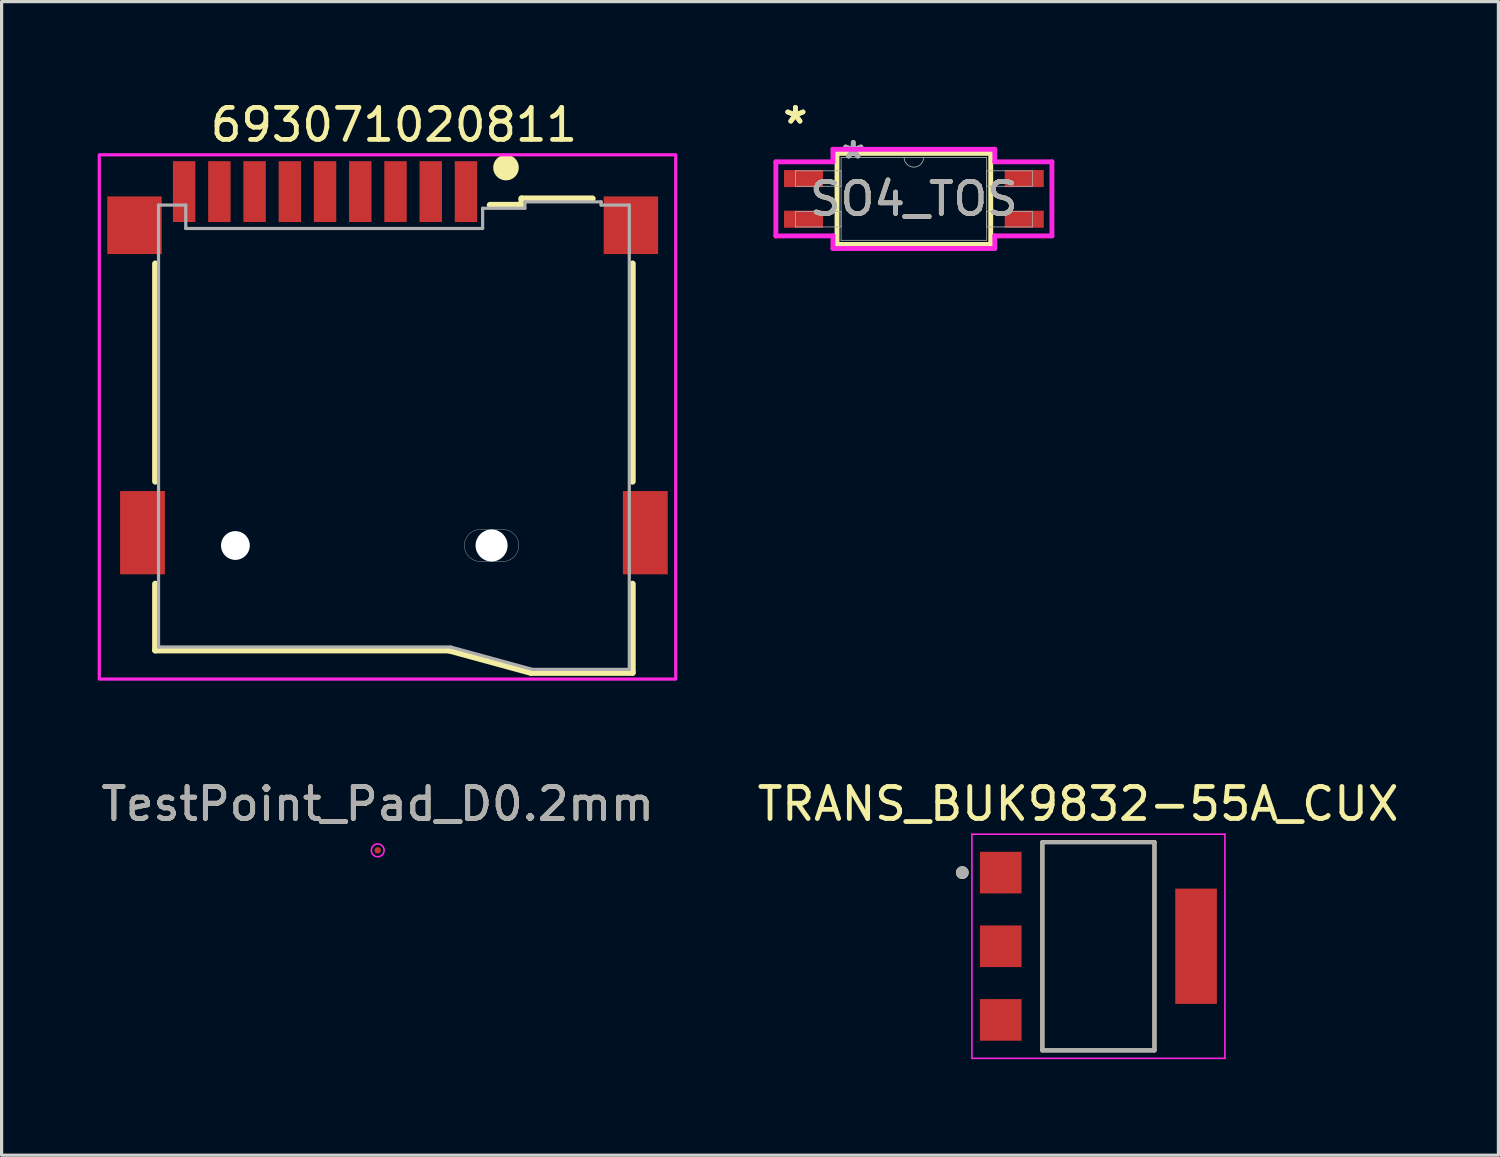
<source format=kicad_pcb>
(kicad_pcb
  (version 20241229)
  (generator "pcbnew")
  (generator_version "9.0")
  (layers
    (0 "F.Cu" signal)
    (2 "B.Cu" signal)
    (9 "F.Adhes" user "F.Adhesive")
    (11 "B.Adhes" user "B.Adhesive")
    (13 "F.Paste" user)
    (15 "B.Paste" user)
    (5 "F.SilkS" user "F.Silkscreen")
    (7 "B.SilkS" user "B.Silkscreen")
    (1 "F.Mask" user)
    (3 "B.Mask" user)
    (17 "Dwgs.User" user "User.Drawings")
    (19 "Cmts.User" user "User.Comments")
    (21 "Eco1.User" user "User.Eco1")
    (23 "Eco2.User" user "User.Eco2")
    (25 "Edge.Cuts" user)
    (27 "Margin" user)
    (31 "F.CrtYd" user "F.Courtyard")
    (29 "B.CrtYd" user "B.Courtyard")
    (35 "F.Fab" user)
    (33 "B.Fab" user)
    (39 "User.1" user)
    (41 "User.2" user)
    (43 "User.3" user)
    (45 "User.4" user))
  (footprint "SO4_TOS"
    (layer "F.Cu")
    (at 25.486 3.16)
    (property "Reference" "SO4_TOS" (at 0 0 0) (unlocked yes) (layer "F.SilkS") (effects (font (size 1 1) (thickness 0.15))))
    (attr smd)
    (fp_line (start -2.4 -1.422) (end -2.4 1.422) (stroke (width 0.152) (type solid)) (layer "F.SilkS"))
    (fp_line (start -2.4 1.422) (end 2.4 1.422) (stroke (width 0.152) (type solid)) (layer "F.SilkS"))
    (fp_line (start 2.4 -1.422) (end -2.4 -1.422) (stroke (width 0.152) (type solid)) (layer "F.SilkS"))
    (fp_line (start 2.4 1.422) (end 2.4 -1.422) (stroke (width 0.152) (type solid)) (layer "F.SilkS"))
    (fp_line (start -4.31 -1.156) (end -2.527 -1.156) (stroke (width 0.152) (type solid)) (layer "F.CrtYd"))
    (fp_line (start -4.31 1.156) (end -4.31 -1.156) (stroke (width 0.152) (type solid)) (layer "F.CrtYd"))
    (fp_line (start -4.31 1.156) (end -2.527 1.156) (stroke (width 0.152) (type solid)) (layer "F.CrtYd"))
    (fp_line (start -2.527 -1.549) (end 2.527 -1.549) (stroke (width 0.152) (type solid)) (layer "F.CrtYd"))
    (fp_line (start -2.527 -1.156) (end -2.527 -1.549) (stroke (width 0.152) (type solid)) (layer "F.CrtYd"))
    (fp_line (start -2.527 1.549) (end -2.527 1.156) (stroke (width 0.152) (type solid)) (layer "F.CrtYd"))
    (fp_line (start 2.527 -1.549) (end 2.527 -1.156) (stroke (width 0.152) (type solid)) (layer "F.CrtYd"))
    (fp_line (start 2.527 1.156) (end 2.527 1.549) (stroke (width 0.152) (type solid)) (layer "F.CrtYd"))
    (fp_line (start 2.527 1.549) (end -2.527 1.549) (stroke (width 0.152) (type solid)) (layer "F.CrtYd"))
    (fp_line (start 4.31 -1.156) (end 2.527 -1.156) (stroke (width 0.152) (type solid)) (layer "F.CrtYd"))
    (fp_line (start 4.31 -1.156) (end 4.31 1.156) (stroke (width 0.152) (type solid)) (layer "F.CrtYd"))
    (fp_line (start 4.31 1.156) (end 2.527 1.156) (stroke (width 0.152) (type solid)) (layer "F.CrtYd"))
    (fp_line (start -3.7 -0.876) (end -3.7 -0.394) (stroke (width 0.025) (type solid)) (layer "F.Fab"))
    (fp_line (start -3.7 -0.394) (end -2.273 -0.394) (stroke (width 0.025) (type solid)) (layer "F.Fab"))
    (fp_line (start -3.7 0.394) (end -3.7 0.876) (stroke (width 0.025) (type solid)) (layer "F.Fab"))
    (fp_line (start -3.7 0.876) (end -2.273 0.876) (stroke (width 0.025) (type solid)) (layer "F.Fab"))
    (fp_line (start -2.273 -1.295) (end -2.273 1.295) (stroke (width 0.025) (type solid)) (layer "F.Fab"))
    (fp_line (start -2.273 -0.876) (end -3.7 -0.876) (stroke (width 0.025) (type solid)) (layer "F.Fab"))
    (fp_line (start -2.273 -0.394) (end -2.273 -0.876) (stroke (width 0.025) (type solid)) (layer "F.Fab"))
    (fp_line (start -2.273 0.394) (end -3.7 0.394) (stroke (width 0.025) (type solid)) (layer "F.Fab"))
    (fp_line (start -2.273 0.876) (end -2.273 0.394) (stroke (width 0.025) (type solid)) (layer "F.Fab"))
    (fp_line (start -2.273 1.295) (end 2.273 1.295) (stroke (width 0.025) (type solid)) (layer "F.Fab"))
    (fp_line (start 2.273 -1.295) (end -2.273 -1.295) (stroke (width 0.025) (type solid)) (layer "F.Fab"))
    (fp_line (start 2.273 -0.876) (end 2.273 -0.394) (stroke (width 0.025) (type solid)) (layer "F.Fab"))
    (fp_line (start 2.273 -0.394) (end 3.7 -0.394) (stroke (width 0.025) (type solid)) (layer "F.Fab"))
    (fp_line (start 2.273 0.394) (end 2.273 0.876) (stroke (width 0.025) (type solid)) (layer "F.Fab"))
    (fp_line (start 2.273 0.876) (end 3.7 0.876) (stroke (width 0.025) (type solid)) (layer "F.Fab"))
    (fp_line (start 2.273 1.295) (end 2.273 -1.295) (stroke (width 0.025) (type solid)) (layer "F.Fab"))
    (fp_line (start 3.7 -0.876) (end 2.273 -0.876) (stroke (width 0.025) (type solid)) (layer "F.Fab"))
    (fp_line (start 3.7 -0.394) (end 3.7 -0.876) (stroke (width 0.025) (type solid)) (layer "F.Fab"))
    (fp_line (start 3.7 0.394) (end 2.273 0.394) (stroke (width 0.025) (type solid)) (layer "F.Fab"))
    (fp_line (start 3.7 0.876) (end 3.7 0.394) (stroke (width 0.025) (type solid)) (layer "F.Fab"))
    (fp_arc (start 0.3048 -1.2954) (mid 0 -0.9906) (end -0.3048 -1.2954) (stroke (width 0.0254) (type solid)) (layer "F.Fab"))
    (fp_text user "*" (at -3.7 -2.311 0) (layer "F.SilkS") (effects (font (size 1 1) (thickness 0.15))))
    (fp_text user "*" (at -3.7 -2.311 0) (unlocked yes) (layer "F.SilkS") (effects (font (size 1 1) (thickness 0.15))))
    (fp_text user "*" (at -1.892 -1.219 0) (layer "F.Fab") (effects (font (size 1 1) (thickness 0.15))))
    (fp_text user "*" (at -1.892 -1.219 0) (unlocked yes) (layer "F.Fab") (effects (font (size 1 1) (thickness 0.15))))
    (fp_text user "${REFERENCE}" (at 0 0 0) (unlocked yes) (layer "F.Fab") (effects (font (size 1 1) (thickness 0.15))))
    (pad "1" smd rect (at -3.446 -0.635) (size 1.219 0.533) (layers "F.Cu" "F.Mask" "F.Paste"))
    (pad "2" smd rect (at -3.446 0.635) (size 1.219 0.533) (layers "F.Cu" "F.Mask" "F.Paste"))
    (pad "3" smd rect (at 3.446 0.635) (size 1.219 0.533) (layers "F.Cu" "F.Mask" "F.Paste"))
    (pad "4" smd rect (at 3.446 -0.635) (size 1.219 0.533) (layers "F.Cu" "F.Mask" "F.Paste")))
  (footprint "693071020811"
    (layer "F.Cu")
    (at 9.25 13.983)
    (property "Reference" "693071020811" (at 0 -13.135 0) (layer "F.SilkS") (effects (font (size 1 1) (thickness 0.15))))
    (attr smd)
    (fp_line (start -7.45 -8.8) (end -7.45 -2) (stroke (width 0.2) (type solid)) (layer "F.SilkS"))
    (fp_line (start -7.45 1.2) (end -7.45 3.27) (stroke (width 0.2) (type solid)) (layer "F.SilkS"))
    (fp_line (start -7.45 3.27) (end 1.71 3.27) (stroke (width 0.2) (type solid)) (layer "F.SilkS"))
    (fp_line (start 1.71 3.27) (end 4.28 3.97) (stroke (width 0.2) (type solid)) (layer "F.SilkS"))
    (fp_line (start 3 -10.63) (end 3.99 -10.63) (stroke (width 0.2) (type solid)) (layer "F.SilkS"))
    (fp_line (start 3.99 -10.83) (end 6.2 -10.83) (stroke (width 0.2) (type solid)) (layer "F.SilkS"))
    (fp_line (start 3.99 -10.63) (end 3.99 -10.83) (stroke (width 0.2) (type solid)) (layer "F.SilkS"))
    (fp_line (start 4.28 3.97) (end 7.45 3.97) (stroke (width 0.2) (type solid)) (layer "F.SilkS"))
    (fp_line (start 7.45 -8.8) (end 7.45 -2) (stroke (width 0.2) (type solid)) (layer "F.SilkS"))
    (fp_line (start 7.45 3.97) (end 7.45 1.2) (stroke (width 0.2) (type solid)) (layer "F.SilkS"))
    (fp_circle (center 3.5 -11.8) (end 3.7 -11.8) (stroke (width 0.4) (type solid)) (fill no) (layer "F.SilkS"))
    (fp_line (start 2.7 0.5) (end 3.4 0.5) (stroke (width 0.01) (type solid)) (layer "Edge.Cuts"))
    (fp_line (start 3.4 -0.5) (end 2.7 -0.5) (stroke (width 0.01) (type solid)) (layer "Edge.Cuts"))
    (fp_arc (start 2.7 0.5) (mid 2.2 0) (end 2.7 -0.5) (stroke (width 0.01) (type solid)) (layer "Edge.Cuts"))
    (fp_arc (start 3.4 -0.5) (mid 3.9 0) (end 3.4 0.5) (stroke (width 0.01) (type solid)) (layer "Edge.Cuts"))
    (fp_poly (pts (xy -9.2 -12.2) (xy 8.8 -12.2) (xy 8.8 4.17) (xy -9.2 4.17)) (stroke (width 0.1) (type solid)) (fill no) (layer "F.CrtYd"))
    (fp_line (start -7.35 -10.63) (end -6.5 -10.63) (stroke (width 0.1) (type solid)) (layer "F.Fab"))
    (fp_line (start -7.35 3.17) (end -7.35 -10.63) (stroke (width 0.1) (type solid)) (layer "F.Fab"))
    (fp_line (start -7.35 3.17) (end 1.77 3.17) (stroke (width 0.1) (type solid)) (layer "F.Fab"))
    (fp_line (start -6.5 -9.9) (end -6.5 -10.63) (stroke (width 0.1) (type solid)) (layer "F.Fab"))
    (fp_line (start 1.77 3.17) (end 4.33 3.87) (stroke (width 0.1) (type solid)) (layer "F.Fab"))
    (fp_line (start 2.77 -10.53) (end 2.77 -9.9) (stroke (width 0.1) (type solid)) (layer "F.Fab"))
    (fp_line (start 2.77 -9.9) (end -6.5 -9.9) (stroke (width 0.1) (type solid)) (layer "F.Fab"))
    (fp_line (start 4.09 -10.73) (end 4.09 -10.53) (stroke (width 0.1) (type solid)) (layer "F.Fab"))
    (fp_line (start 4.09 -10.73) (end 6.47 -10.73) (stroke (width 0.1) (type solid)) (layer "F.Fab"))
    (fp_line (start 4.09 -10.53) (end 2.77 -10.53) (stroke (width 0.1) (type solid)) (layer "F.Fab"))
    (fp_line (start 4.33 3.87) (end 7.35 3.87) (stroke (width 0.1) (type solid)) (layer "F.Fab"))
    (fp_line (start 6.47 -10.73) (end 6.47 -10.63) (stroke (width 0.1) (type solid)) (layer "F.Fab"))
    (fp_line (start 6.47 -10.63) (end 7.35 -10.63) (stroke (width 0.1) (type solid)) (layer "F.Fab"))
    (fp_line (start 7.35 -10.63) (end 7.35 3.87) (stroke (width 0.1) (type solid)) (layer "F.Fab"))
    (fp_text user "Cutout Area" (at 2.3 0.1 0) (layer "Edge.Cuts") (effects (font (size 0.157 0.157) (thickness 0.15))))
    (pad "" np_thru_hole circle (at -4.95 0) (size 0.9 0.9) (drill 0.9) (layers "*.Cu" "*.Mask"))
    (pad "" np_thru_hole circle (at 3.05 0) (size 1 1) (drill 1) (layers "*.Cu" "*.Mask"))
    (pad "1" smd rect (at 2.25 -11.05) (size 0.7 1.9) (layers "F.Cu" "F.Mask" "F.Paste"))
    (pad "2" smd rect (at 1.15 -11.05) (size 0.7 1.9) (layers "F.Cu" "F.Mask" "F.Paste"))
    (pad "3" smd rect (at 0.05 -11.05) (size 0.7 1.9) (layers "F.Cu" "F.Mask" "F.Paste"))
    (pad "4" smd rect (at -1.05 -11.05) (size 0.7 1.9) (layers "F.Cu" "F.Mask" "F.Paste"))
    (pad "5" smd rect (at -2.15 -11.05) (size 0.7 1.9) (layers "F.Cu" "F.Mask" "F.Paste"))
    (pad "6" smd rect (at -3.25 -11.05) (size 0.7 1.9) (layers "F.Cu" "F.Mask" "F.Paste"))
    (pad "7" smd rect (at -4.35 -11.05) (size 0.7 1.9) (layers "F.Cu" "F.Mask" "F.Paste"))
    (pad "8" smd rect (at -5.45 -11.05) (size 0.7 1.9) (layers "F.Cu" "F.Mask" "F.Paste"))
    (pad "9" smd rect (at -6.55 -11.05) (size 0.7 1.9) (layers "F.Cu" "F.Mask" "F.Paste"))
    (pad "10" smd rect (at -8.1 -10) (size 1.7 1.8) (layers "F.Cu" "F.Mask" "F.Paste"))
    (pad "11" smd rect (at 7.4 -10) (size 1.7 1.8) (layers "F.Cu" "F.Mask" "F.Paste"))
    (pad "12" smd rect (at -7.85 -0.4) (size 1.4 2.6) (layers "F.Cu" "F.Mask" "F.Paste"))
    (pad "13" smd rect (at 7.85 -0.4) (size 1.4 2.6) (layers "F.Cu" "F.Mask" "F.Paste")))
  (footprint "TestPoint_Pad_D0.2mm"
    (layer "F.Cu")
    (at 8.744 23.502)
    (property "Reference" "TestPoint_Pad_D0.2mm" (at 0 -1.448 0) (layer "F.SilkS") (effects (font (size 1 1) (thickness 0.15))))
    (attr exclude_from_pos_files exclude_from_bom)
    (fp_circle (center 0 0) (end 0.2 0) (stroke (width 0.05) (type solid)) (fill no) (layer "F.CrtYd"))
    (fp_text user "${REFERENCE}" (at 0 -1.45 0) (layer "F.Fab") (effects (font (size 1 1) (thickness 0.15))))
    (pad "1" smd circle (at 0 0) (size 0.2 0.2) (layers "F.Cu" "F.Mask")))
  (footprint "TRANS_BUK9832-55A_CUX"
    (layer "F.Cu")
    (at 31.248 26.497)
    (property "Reference" "TRANS_BUK9832-55A_CUX" (at -0.635 -4.445 0) (layer "F.SilkS") (effects (font (size 1 1) (thickness 0.15))))
    (attr smd)
    (fp_poly (pts (xy -3.7 -2.95) (xy -2.4 -2.95) (xy -2.4 -1.65) (xy -3.7 -1.65)) (stroke (width 0.01) (type solid)) (fill yes) (layer "F.Mask"))
    (fp_poly (pts (xy -3.7 -0.65) (xy -2.4 -0.65) (xy -2.4 0.65) (xy -3.7 0.65)) (stroke (width 0.01) (type solid)) (fill yes) (layer "F.Mask"))
    (fp_poly (pts (xy -3.7 1.65) (xy -2.4 1.65) (xy -2.4 2.95) (xy -3.7 2.95)) (stroke (width 0.01) (type solid)) (fill yes) (layer "F.Mask"))
    (fp_poly (pts (xy 2.4 -1.8) (xy 3.7 -1.8) (xy 3.7 1.8) (xy 2.4 1.8)) (stroke (width 0.01) (type solid)) (fill yes) (layer "F.Mask"))
    (fp_line (start -1.75 -3.25) (end 1.75 -3.25) (stroke (width 0.127) (type solid)) (layer "F.SilkS"))
    (fp_line (start -1.75 3.25) (end -1.75 -3.25) (stroke (width 0.127) (type solid)) (layer "F.SilkS"))
    (fp_line (start 1.75 -3.25) (end 1.75 3.25) (stroke (width 0.127) (type solid)) (layer "F.SilkS"))
    (fp_line (start 1.75 3.25) (end -1.75 3.25) (stroke (width 0.127) (type solid)) (layer "F.SilkS"))
    (fp_circle (center -4.25 -2.3) (end -4.15 -2.3) (stroke (width 0.2) (type solid)) (fill no) (layer "F.SilkS"))
    (fp_poly (pts (xy -3.65 -2.9) (xy -2.45 -2.9) (xy -2.45 -1.7) (xy -3.65 -1.7)) (stroke (width 0.01) (type solid)) (fill yes) (layer "F.Paste"))
    (fp_poly (pts (xy -3.65 -0.6) (xy -2.45 -0.6) (xy -2.45 0.6) (xy -3.65 0.6)) (stroke (width 0.01) (type solid)) (fill yes) (layer "F.Paste"))
    (fp_poly (pts (xy -3.65 1.7) (xy -2.45 1.7) (xy -2.45 2.9) (xy -3.65 2.9)) (stroke (width 0.01) (type solid)) (fill yes) (layer "F.Paste"))
    (fp_poly (pts (xy 2.45 -1.75) (xy 3.65 -1.75) (xy 3.65 -0.15) (xy 2.45 -0.15)) (stroke (width 0.01) (type solid)) (fill yes) (layer "F.Paste"))
    (fp_poly (pts (xy 2.45 0.15) (xy 3.65 0.15) (xy 3.65 1.75) (xy 2.45 1.75)) (stroke (width 0.01) (type solid)) (fill yes) (layer "F.Paste"))
    (fp_line (start -3.95 -3.5) (end 3.95 -3.5) (stroke (width 0.05) (type solid)) (layer "F.CrtYd"))
    (fp_line (start -3.95 3.5) (end -3.95 -3.5) (stroke (width 0.05) (type solid)) (layer "F.CrtYd"))
    (fp_line (start 3.95 -3.5) (end 3.95 3.5) (stroke (width 0.05) (type solid)) (layer "F.CrtYd"))
    (fp_line (start 3.95 3.5) (end -3.95 3.5) (stroke (width 0.05) (type solid)) (layer "F.CrtYd"))
    (fp_line (start -1.75 -3.25) (end 1.75 -3.25) (stroke (width 0.127) (type solid)) (layer "F.Fab"))
    (fp_line (start -1.75 3.25) (end -1.75 -3.25) (stroke (width 0.127) (type solid)) (layer "F.Fab"))
    (fp_line (start 1.75 -3.25) (end 1.75 3.25) (stroke (width 0.127) (type solid)) (layer "F.Fab"))
    (fp_line (start 1.75 3.25) (end -1.75 3.25) (stroke (width 0.127) (type solid)) (layer "F.Fab"))
    (fp_circle (center -4.25 -2.3) (end -4.15 -2.3) (stroke (width 0.2) (type solid)) (fill no) (layer "F.Fab"))
    (pad "1" smd rect (at -3.05 -2.3) (size 1.3 1.3) (layers "F.Cu"))
    (pad "2" smd rect (at -3.05 0) (size 1.3 1.3) (layers "F.Cu"))
    (pad "3" smd rect (at -3.05 2.3) (size 1.3 1.3) (layers "F.Cu"))
    (pad "4" smd rect (at 3.05 0) (size 1.3 3.6) (layers "F.Cu")))
  (gr_rect
    (start -3 -3)
    (end 43.738 33.022)
    (stroke (width 0.1) (type default))
    (fill no)
    (layer "Edge.Cuts")))
</source>
